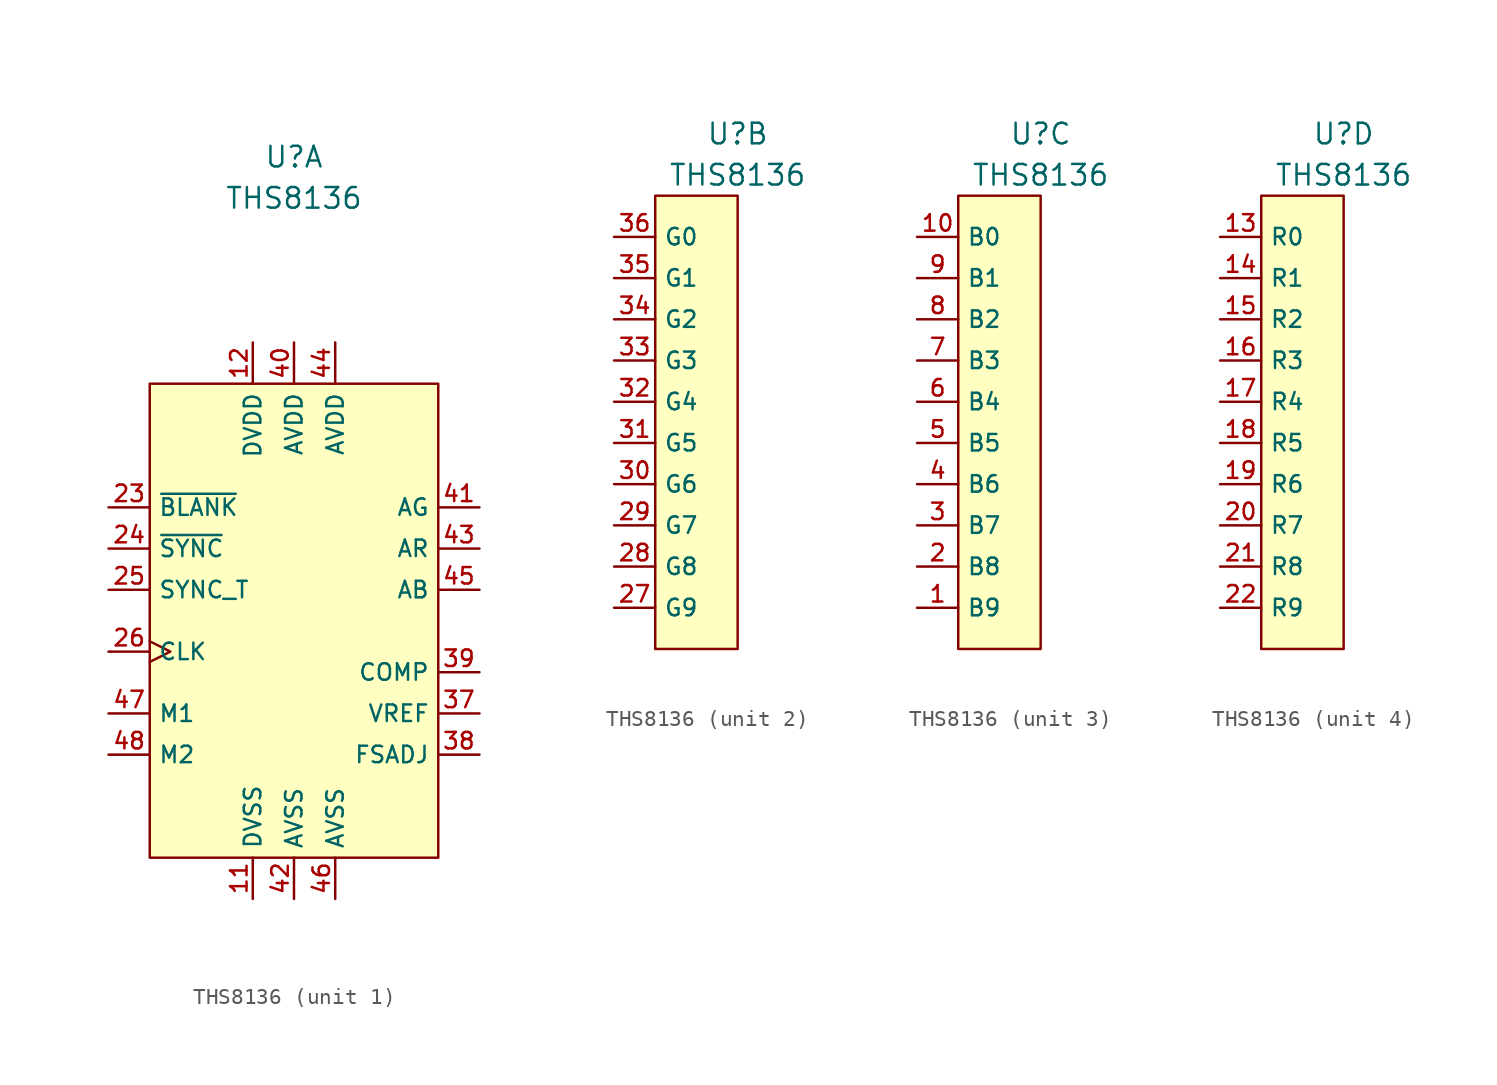
<source format=kicad_sym>
(kicad_symbol_lib
  (version 20220126)
  (generator kicad_symbol_editor)
  (symbol "THS8136"
    (property "Reference" "U"
      (at 0 27.94 0)
      (effects (font (size 1.27 1.27))))
    (property "Value" "THS8136"
      (at 0 25.4 0)
      (effects (font (size 1.27 1.27))))
    (property "ki_locked" ""
      (at 0 0 0)
      (effects (font (size 1.27 1.27))))
    (symbol "THS8136_1_1"
      (rectangle (start -8.89 13.97) (end 8.89 -15.24) (stroke (width 0.152) (type default)) (fill (type background)))
      (pin power_in line (at -2.54 -17.78 90) (length 2.54) (name "DVSS" (effects (font (size 1.016 1.016)))) (number "11" (effects (font (size 1.016 1.016)))))
      (pin power_in line (at -2.54 16.51 270) (length 2.54) (name "DVDD" (effects (font (size 1.016 1.016)))) (number "12" (effects (font (size 1.016 1.016)))))
      (pin input line (at -11.43 6.35 0) (length 2.54) (name "~{BLANK}" (effects (font (size 1.016 1.016)))) (number "23" (effects (font (size 1.016 1.016)))))
      (pin input line (at -11.43 3.81 0) (length 2.54) (name "~{SYNC}" (effects (font (size 1.016 1.016)))) (number "24" (effects (font (size 1.016 1.016)))))
      (pin input line (at -11.43 1.27 0) (length 2.54) (name "SYNC_T" (effects (font (size 1.016 1.016)))) (number "25" (effects (font (size 1.016 1.016)))))
      (pin input clock (at -11.43 -2.54 0) (length 2.54) (name "CLK" (effects (font (size 1.016 1.016)))) (number "26" (effects (font (size 1.016 1.016)))))
      (pin input line (at 11.43 -6.35 180) (length 2.54) (name "VREF" (effects (font (size 1.016 1.016)))) (number "37" (effects (font (size 1.016 1.016)))))
      (pin input line (at 11.43 -8.89 180) (length 2.54) (name "FSADJ" (effects (font (size 1.016 1.016)))) (number "38" (effects (font (size 1.016 1.016)))))
      (pin input line (at 11.43 -3.81 180) (length 2.54) (name "COMP" (effects (font (size 1.016 1.016)))) (number "39" (effects (font (size 1.016 1.016)))))
      (pin power_in line (at 0 16.51 270) (length 2.54) (name "AVDD" (effects (font (size 1.016 1.016)))) (number "40" (effects (font (size 1.016 1.016)))))
      (pin output line (at 11.43 6.35 180) (length 2.54) (name "AG" (effects (font (size 1.016 1.016)))) (number "41" (effects (font (size 1.016 1.016)))))
      (pin power_in line (at 0 -17.78 90) (length 2.54) (name "AVSS" (effects (font (size 1.016 1.016)))) (number "42" (effects (font (size 1.016 1.016)))))
      (pin output line (at 11.43 3.81 180) (length 2.54) (name "AR" (effects (font (size 1.016 1.016)))) (number "43" (effects (font (size 1.016 1.016)))))
      (pin power_in line (at 2.54 16.51 270) (length 2.54) (name "AVDD" (effects (font (size 1.016 1.016)))) (number "44" (effects (font (size 1.016 1.016)))))
      (pin output line (at 11.43 1.27 180) (length 2.54) (name "AB" (effects (font (size 1.016 1.016)))) (number "45" (effects (font (size 1.016 1.016)))))
      (pin power_in line (at 2.54 -17.78 90) (length 2.54) (name "AVSS" (effects (font (size 1.016 1.016)))) (number "46" (effects (font (size 1.016 1.016)))))
      (pin input line (at -11.43 -6.35 0) (length 2.54) (name "M1" (effects (font (size 1.016 1.016)))) (number "47" (effects (font (size 1.016 1.016)))))
      (pin input line (at -11.43 -8.89 0) (length 2.54) (name "M2" (effects (font (size 1.016 1.016)))) (number "48" (effects (font (size 1.016 1.016))))))
    (symbol "THS8136_2_1"
      (rectangle (start -5.08 24.13) (end 0 -3.81) (stroke (width 0.152) (type default)) (fill (type background)))
      (pin input line (at -7.62 -1.27 0) (length 2.54) (name "G9" (effects (font (size 1.016 1.016)))) (number "27" (effects (font (size 1.016 1.016)))))
      (pin input line (at -7.62 1.27 0) (length 2.54) (name "G8" (effects (font (size 1.016 1.016)))) (number "28" (effects (font (size 1.016 1.016)))))
      (pin input line (at -7.62 3.81 0) (length 2.54) (name "G7" (effects (font (size 1.016 1.016)))) (number "29" (effects (font (size 1.016 1.016)))))
      (pin input line (at -7.62 6.35 0) (length 2.54) (name "G6" (effects (font (size 1.016 1.016)))) (number "30" (effects (font (size 1.016 1.016)))))
      (pin input line (at -7.62 8.89 0) (length 2.54) (name "G5" (effects (font (size 1.016 1.016)))) (number "31" (effects (font (size 1.016 1.016)))))
      (pin input line (at -7.62 11.43 0) (length 2.54) (name "G4" (effects (font (size 1.016 1.016)))) (number "32" (effects (font (size 1.016 1.016)))))
      (pin input line (at -7.62 13.97 0) (length 2.54) (name "G3" (effects (font (size 1.016 1.016)))) (number "33" (effects (font (size 1.016 1.016)))))
      (pin input line (at -7.62 16.51 0) (length 2.54) (name "G2" (effects (font (size 1.016 1.016)))) (number "34" (effects (font (size 1.016 1.016)))))
      (pin input line (at -7.62 19.05 0) (length 2.54) (name "G1" (effects (font (size 1.016 1.016)))) (number "35" (effects (font (size 1.016 1.016)))))
      (pin input line (at -7.62 21.59 0) (length 2.54) (name "G0" (effects (font (size 1.016 1.016)))) (number "36" (effects (font (size 1.016 1.016))))))
    (symbol "THS8136_3_1"
      (rectangle (start -5.08 24.13) (end 0 -3.81) (stroke (width 0.152) (type default)) (fill (type background)))
      (pin input line (at -7.62 -1.27 0) (length 2.54) (name "B9" (effects (font (size 1.016 1.016)))) (number "1" (effects (font (size 1.016 1.016)))))
      (pin input line (at -7.62 21.59 0) (length 2.54) (name "B0" (effects (font (size 1.016 1.016)))) (number "10" (effects (font (size 1.016 1.016)))))
      (pin input line (at -7.62 1.27 0) (length 2.54) (name "B8" (effects (font (size 1.016 1.016)))) (number "2" (effects (font (size 1.016 1.016)))))
      (pin input line (at -7.62 3.81 0) (length 2.54) (name "B7" (effects (font (size 1.016 1.016)))) (number "3" (effects (font (size 1.016 1.016)))))
      (pin input line (at -7.62 6.35 0) (length 2.54) (name "B6" (effects (font (size 1.016 1.016)))) (number "4" (effects (font (size 1.016 1.016)))))
      (pin input line (at -7.62 8.89 0) (length 2.54) (name "B5" (effects (font (size 1.016 1.016)))) (number "5" (effects (font (size 1.016 1.016)))))
      (pin input line (at -7.62 11.43 0) (length 2.54) (name "B4" (effects (font (size 1.016 1.016)))) (number "6" (effects (font (size 1.016 1.016)))))
      (pin input line (at -7.62 13.97 0) (length 2.54) (name "B3" (effects (font (size 1.016 1.016)))) (number "7" (effects (font (size 1.016 1.016)))))
      (pin input line (at -7.62 16.51 0) (length 2.54) (name "B2" (effects (font (size 1.016 1.016)))) (number "8" (effects (font (size 1.016 1.016)))))
      (pin input line (at -7.62 19.05 0) (length 2.54) (name "B1" (effects (font (size 1.016 1.016)))) (number "9" (effects (font (size 1.016 1.016))))))
    (symbol "THS8136_4_1"
      (rectangle (start -5.08 24.13) (end 0 -3.81) (stroke (width 0.152) (type default)) (fill (type background)))
      (pin input line (at -7.62 21.59 0) (length 2.54) (name "R0" (effects (font (size 1.016 1.016)))) (number "13" (effects (font (size 1.016 1.016)))))
      (pin input line (at -7.62 19.05 0) (length 2.54) (name "R1" (effects (font (size 1.016 1.016)))) (number "14" (effects (font (size 1.016 1.016)))))
      (pin input line (at -7.62 16.51 0) (length 2.54) (name "R2" (effects (font (size 1.016 1.016)))) (number "15" (effects (font (size 1.016 1.016)))))
      (pin input line (at -7.62 13.97 0) (length 2.54) (name "R3" (effects (font (size 1.016 1.016)))) (number "16" (effects (font (size 1.016 1.016)))))
      (pin input line (at -7.62 11.43 0) (length 2.54) (name "R4" (effects (font (size 1.016 1.016)))) (number "17" (effects (font (size 1.016 1.016)))))
      (pin input line (at -7.62 8.89 0) (length 2.54) (name "R5" (effects (font (size 1.016 1.016)))) (number "18" (effects (font (size 1.016 1.016)))))
      (pin input line (at -7.62 6.35 0) (length 2.54) (name "R6" (effects (font (size 1.016 1.016)))) (number "19" (effects (font (size 1.016 1.016)))))
      (pin input line (at -7.62 3.81 0) (length 2.54) (name "R7" (effects (font (size 1.016 1.016)))) (number "20" (effects (font (size 1.016 1.016)))))
      (pin input line (at -7.62 1.27 0) (length 2.54) (name "R8" (effects (font (size 1.016 1.016)))) (number "21" (effects (font (size 1.016 1.016)))))
      (pin input line (at -7.62 -1.27 0) (length 2.54) (name "R9" (effects (font (size 1.016 1.016)))) (number "22" (effects (font (size 1.016 1.016))))))))
</source>
